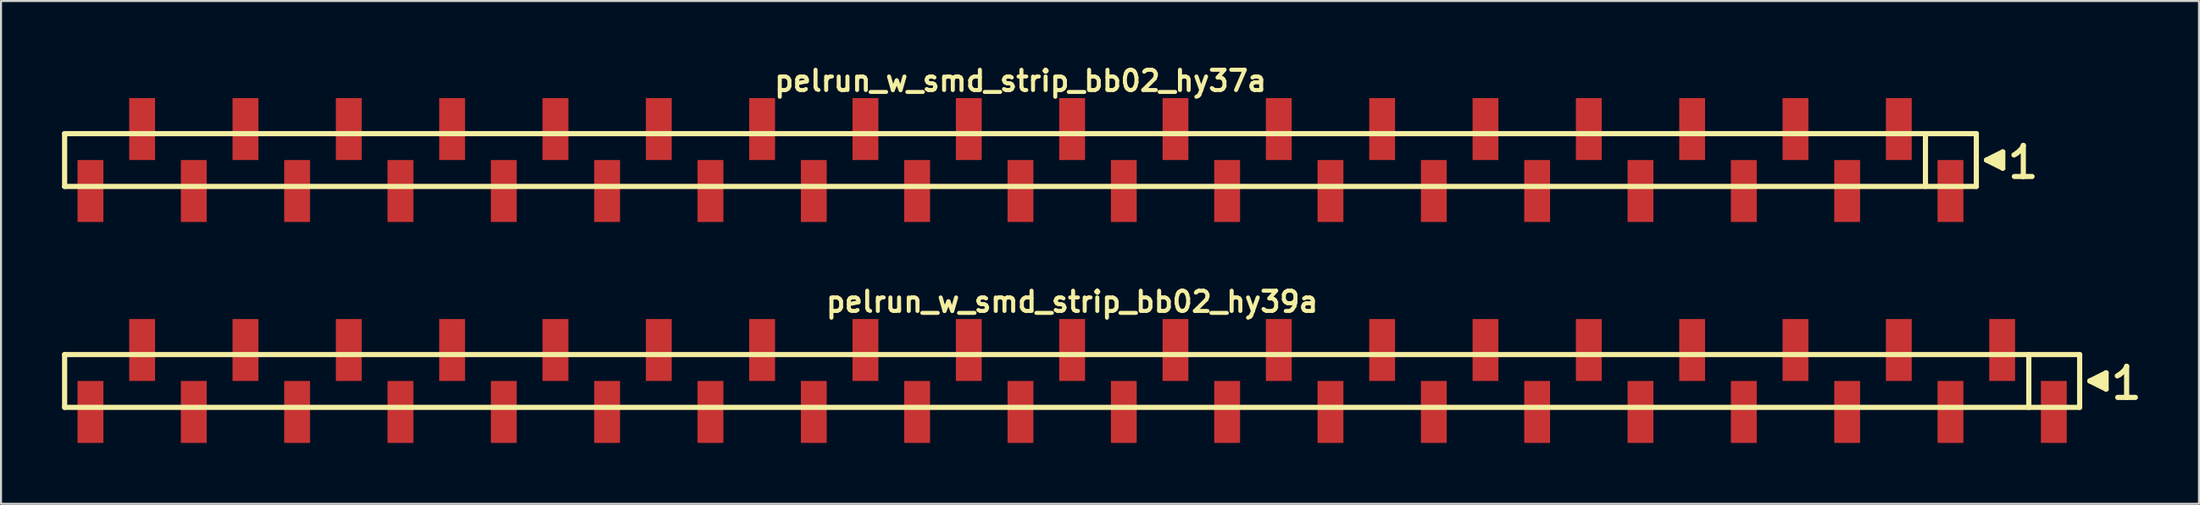
<source format=kicad_pcb>
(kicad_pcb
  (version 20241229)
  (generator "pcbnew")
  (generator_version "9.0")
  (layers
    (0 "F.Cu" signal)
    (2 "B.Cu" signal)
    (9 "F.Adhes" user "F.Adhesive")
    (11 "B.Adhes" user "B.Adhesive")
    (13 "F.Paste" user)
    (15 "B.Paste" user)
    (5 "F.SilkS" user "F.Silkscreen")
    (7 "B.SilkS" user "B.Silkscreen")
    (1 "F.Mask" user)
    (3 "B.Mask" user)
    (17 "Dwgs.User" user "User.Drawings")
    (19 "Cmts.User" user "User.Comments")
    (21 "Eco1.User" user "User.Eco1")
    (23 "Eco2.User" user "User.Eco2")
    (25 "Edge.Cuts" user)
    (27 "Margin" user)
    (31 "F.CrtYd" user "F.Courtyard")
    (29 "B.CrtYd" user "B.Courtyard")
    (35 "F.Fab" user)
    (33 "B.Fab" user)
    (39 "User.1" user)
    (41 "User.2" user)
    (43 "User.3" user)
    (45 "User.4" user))
  (footprint "pelrun_w_smd_strip_bb02_hy39a"
    (layer "F.Cu")
    (at 49.657 15.713)
    (property "Reference" "pelrun_w_smd_strip_bb02_hy39a" (at 0 -3.9 0) (layer "F.SilkS") (effects (font (size 0.998 0.998) (thickness 0.198))))
    (attr through_hole)
    (fp_line (start -49.53 -1.3) (end 49.53 -1.3) (stroke (width 0.254) (type solid)) (layer "F.SilkS"))
    (fp_line (start -49.53 1.3) (end -49.53 -1.3) (stroke (width 0.254) (type solid)) (layer "F.SilkS"))
    (fp_line (start 47.03 1.3) (end 47.03 -1.3) (stroke (width 0.254) (type solid)) (layer "F.SilkS"))
    (fp_line (start 49.53 -1.3) (end 49.53 1.3) (stroke (width 0.254) (type solid)) (layer "F.SilkS"))
    (fp_line (start 49.53 1.3) (end -49.53 1.3) (stroke (width 0.254) (type solid)) (layer "F.SilkS"))
    (fp_line (start 50.03 0) (end 50.83 0.4) (stroke (width 0.254) (type solid)) (layer "F.SilkS"))
    (fp_line (start 50.33 0.1) (end 50.33 -0.1) (stroke (width 0.254) (type solid)) (layer "F.SilkS"))
    (fp_line (start 50.43 -0.1) (end 50.43 0.1) (stroke (width 0.254) (type solid)) (layer "F.SilkS"))
    (fp_line (start 50.53 0.2) (end 50.53 -0.2) (stroke (width 0.254) (type solid)) (layer "F.SilkS"))
    (fp_line (start 50.63 -0.2) (end 50.63 0.2) (stroke (width 0.254) (type solid)) (layer "F.SilkS"))
    (fp_line (start 50.73 0.3) (end 50.73 -0.3) (stroke (width 0.254) (type solid)) (layer "F.SilkS"))
    (fp_line (start 50.83 -0.4) (end 50.03 0) (stroke (width 0.254) (type solid)) (layer "F.SilkS"))
    (fp_line (start 50.83 0.4) (end 50.83 -0.4) (stroke (width 0.254) (type solid)) (layer "F.SilkS"))
    (fp_line (start 51.38 -0.25) (end 51.51 -0.33) (stroke (width 0.254) (type solid)) (layer "F.SilkS"))
    (fp_line (start 51.51 -0.33) (end 51.67 -0.46) (stroke (width 0.254) (type solid)) (layer "F.SilkS"))
    (fp_line (start 51.67 -0.46) (end 51.81 -0.63) (stroke (width 0.254) (type solid)) (layer "F.SilkS"))
    (fp_line (start 51.81 -0.63) (end 51.84 -0.72) (stroke (width 0.254) (type solid)) (layer "F.SilkS"))
    (fp_line (start 51.84 -0.72) (end 51.84 0.81) (stroke (width 0.254) (type solid)) (layer "F.SilkS"))
    (fp_line (start 51.84 0.81) (end 51.4 0.81) (stroke (width 0.254) (type solid)) (layer "F.SilkS"))
    (fp_line (start 52.27 0.81) (end 51.83 0.81) (stroke (width 0.254) (type solid)) (layer "F.SilkS"))
    (pad "1" smd rect (at 48.26 1.525) (size 1.27 3.05) (layers "F.Cu" "F.Mask" "F.Paste"))
    (pad "2" smd rect (at 45.72 -1.525) (size 1.27 3.05) (layers "F.Cu" "F.Mask" "F.Paste"))
    (pad "3" smd rect (at 43.18 1.525) (size 1.27 3.05) (layers "F.Cu" "F.Mask" "F.Paste"))
    (pad "4" smd rect (at 40.64 -1.525) (size 1.27 3.05) (layers "F.Cu" "F.Mask" "F.Paste"))
    (pad "5" smd rect (at 38.1 1.525) (size 1.27 3.05) (layers "F.Cu" "F.Mask" "F.Paste"))
    (pad "6" smd rect (at 35.56 -1.525) (size 1.27 3.05) (layers "F.Cu" "F.Mask" "F.Paste"))
    (pad "7" smd rect (at 33.02 1.525) (size 1.27 3.05) (layers "F.Cu" "F.Mask" "F.Paste"))
    (pad "8" smd rect (at 30.48 -1.525) (size 1.27 3.05) (layers "F.Cu" "F.Mask" "F.Paste"))
    (pad "9" smd rect (at 27.94 1.525) (size 1.27 3.05) (layers "F.Cu" "F.Mask" "F.Paste"))
    (pad "10" smd rect (at 25.4 -1.525) (size 1.27 3.05) (layers "F.Cu" "F.Mask" "F.Paste"))
    (pad "11" smd rect (at 22.86 1.525) (size 1.27 3.05) (layers "F.Cu" "F.Mask" "F.Paste"))
    (pad "12" smd rect (at 20.32 -1.525) (size 1.27 3.05) (layers "F.Cu" "F.Mask" "F.Paste"))
    (pad "13" smd rect (at 17.78 1.525) (size 1.27 3.05) (layers "F.Cu" "F.Mask" "F.Paste"))
    (pad "14" smd rect (at 15.24 -1.525) (size 1.27 3.05) (layers "F.Cu" "F.Mask" "F.Paste"))
    (pad "15" smd rect (at 12.7 1.525) (size 1.27 3.05) (layers "F.Cu" "F.Mask" "F.Paste"))
    (pad "16" smd rect (at 10.16 -1.525) (size 1.27 3.05) (layers "F.Cu" "F.Mask" "F.Paste"))
    (pad "17" smd rect (at 7.62 1.525) (size 1.27 3.05) (layers "F.Cu" "F.Mask" "F.Paste"))
    (pad "18" smd rect (at 5.08 -1.525) (size 1.27 3.05) (layers "F.Cu" "F.Mask" "F.Paste"))
    (pad "19" smd rect (at 2.54 1.525) (size 1.27 3.05) (layers "F.Cu" "F.Mask" "F.Paste"))
    (pad "20" smd rect (at 0 -1.525) (size 1.27 3.05) (layers "F.Cu" "F.Mask" "F.Paste"))
    (pad "21" smd rect (at -2.54 1.525) (size 1.27 3.05) (layers "F.Cu" "F.Mask" "F.Paste"))
    (pad "22" smd rect (at -5.08 -1.525) (size 1.27 3.05) (layers "F.Cu" "F.Mask" "F.Paste"))
    (pad "23" smd rect (at -7.62 1.525) (size 1.27 3.05) (layers "F.Cu" "F.Mask" "F.Paste"))
    (pad "24" smd rect (at -10.16 -1.525) (size 1.27 3.05) (layers "F.Cu" "F.Mask" "F.Paste"))
    (pad "25" smd rect (at -12.7 1.525) (size 1.27 3.05) (layers "F.Cu" "F.Mask" "F.Paste"))
    (pad "26" smd rect (at -15.24 -1.525) (size 1.27 3.05) (layers "F.Cu" "F.Mask" "F.Paste"))
    (pad "27" smd rect (at -17.78 1.525) (size 1.27 3.05) (layers "F.Cu" "F.Mask" "F.Paste"))
    (pad "28" smd rect (at -20.32 -1.525) (size 1.27 3.05) (layers "F.Cu" "F.Mask" "F.Paste"))
    (pad "29" smd rect (at -22.86 1.525) (size 1.27 3.05) (layers "F.Cu" "F.Mask" "F.Paste"))
    (pad "30" smd rect (at -25.4 -1.525) (size 1.27 3.05) (layers "F.Cu" "F.Mask" "F.Paste"))
    (pad "31" smd rect (at -27.94 1.525) (size 1.27 3.05) (layers "F.Cu" "F.Mask" "F.Paste"))
    (pad "32" smd rect (at -30.48 -1.525) (size 1.27 3.05) (layers "F.Cu" "F.Mask" "F.Paste"))
    (pad "33" smd rect (at -33.02 1.525) (size 1.27 3.05) (layers "F.Cu" "F.Mask" "F.Paste"))
    (pad "34" smd rect (at -35.56 -1.525) (size 1.27 3.05) (layers "F.Cu" "F.Mask" "F.Paste"))
    (pad "35" smd rect (at -38.1 1.525) (size 1.27 3.05) (layers "F.Cu" "F.Mask" "F.Paste"))
    (pad "36" smd rect (at -40.64 -1.525) (size 1.27 3.05) (layers "F.Cu" "F.Mask" "F.Paste"))
    (pad "37" smd rect (at -43.18 1.525) (size 1.27 3.05) (layers "F.Cu" "F.Mask" "F.Paste"))
    (pad "38" smd rect (at -45.72 -1.525) (size 1.27 3.05) (layers "F.Cu" "F.Mask" "F.Paste"))
    (pad "39" smd rect (at -48.26 1.525) (size 1.27 3.05) (layers "F.Cu" "F.Mask" "F.Paste")))
  (footprint "pelrun_w_smd_strip_bb02_hy37a"
    (layer "F.Cu")
    (at 47.117 4.832)
    (property "Reference" "pelrun_w_smd_strip_bb02_hy37a" (at 0 -3.9 0) (layer "F.SilkS") (effects (font (size 0.998 0.998) (thickness 0.198))))
    (attr through_hole)
    (fp_line (start -46.99 -1.3) (end 46.99 -1.3) (stroke (width 0.254) (type solid)) (layer "F.SilkS"))
    (fp_line (start -46.99 1.3) (end -46.99 -1.3) (stroke (width 0.254) (type solid)) (layer "F.SilkS"))
    (fp_line (start 44.49 1.3) (end 44.49 -1.3) (stroke (width 0.254) (type solid)) (layer "F.SilkS"))
    (fp_line (start 46.99 -1.3) (end 46.99 1.3) (stroke (width 0.254) (type solid)) (layer "F.SilkS"))
    (fp_line (start 46.99 1.3) (end -46.99 1.3) (stroke (width 0.254) (type solid)) (layer "F.SilkS"))
    (fp_line (start 47.49 0) (end 48.29 0.4) (stroke (width 0.254) (type solid)) (layer "F.SilkS"))
    (fp_line (start 47.79 0.1) (end 47.79 -0.1) (stroke (width 0.254) (type solid)) (layer "F.SilkS"))
    (fp_line (start 47.89 -0.1) (end 47.89 0.1) (stroke (width 0.254) (type solid)) (layer "F.SilkS"))
    (fp_line (start 47.99 0.2) (end 47.99 -0.2) (stroke (width 0.254) (type solid)) (layer "F.SilkS"))
    (fp_line (start 48.09 -0.2) (end 48.09 0.2) (stroke (width 0.254) (type solid)) (layer "F.SilkS"))
    (fp_line (start 48.19 0.3) (end 48.19 -0.3) (stroke (width 0.254) (type solid)) (layer "F.SilkS"))
    (fp_line (start 48.29 -0.4) (end 47.49 0) (stroke (width 0.254) (type solid)) (layer "F.SilkS"))
    (fp_line (start 48.29 0.4) (end 48.29 -0.4) (stroke (width 0.254) (type solid)) (layer "F.SilkS"))
    (fp_line (start 48.84 -0.25) (end 48.97 -0.33) (stroke (width 0.254) (type solid)) (layer "F.SilkS"))
    (fp_line (start 48.97 -0.33) (end 49.13 -0.46) (stroke (width 0.254) (type solid)) (layer "F.SilkS"))
    (fp_line (start 49.13 -0.46) (end 49.27 -0.63) (stroke (width 0.254) (type solid)) (layer "F.SilkS"))
    (fp_line (start 49.27 -0.63) (end 49.3 -0.72) (stroke (width 0.254) (type solid)) (layer "F.SilkS"))
    (fp_line (start 49.3 -0.72) (end 49.3 0.81) (stroke (width 0.254) (type solid)) (layer "F.SilkS"))
    (fp_line (start 49.3 0.81) (end 48.86 0.81) (stroke (width 0.254) (type solid)) (layer "F.SilkS"))
    (fp_line (start 49.73 0.81) (end 49.29 0.81) (stroke (width 0.254) (type solid)) (layer "F.SilkS"))
    (pad "1" smd rect (at 45.72 1.525) (size 1.27 3.05) (layers "F.Cu" "F.Mask" "F.Paste"))
    (pad "2" smd rect (at 43.18 -1.525) (size 1.27 3.05) (layers "F.Cu" "F.Mask" "F.Paste"))
    (pad "3" smd rect (at 40.64 1.525) (size 1.27 3.05) (layers "F.Cu" "F.Mask" "F.Paste"))
    (pad "4" smd rect (at 38.1 -1.525) (size 1.27 3.05) (layers "F.Cu" "F.Mask" "F.Paste"))
    (pad "5" smd rect (at 35.56 1.525) (size 1.27 3.05) (layers "F.Cu" "F.Mask" "F.Paste"))
    (pad "6" smd rect (at 33.02 -1.525) (size 1.27 3.05) (layers "F.Cu" "F.Mask" "F.Paste"))
    (pad "7" smd rect (at 30.48 1.525) (size 1.27 3.05) (layers "F.Cu" "F.Mask" "F.Paste"))
    (pad "8" smd rect (at 27.94 -1.525) (size 1.27 3.05) (layers "F.Cu" "F.Mask" "F.Paste"))
    (pad "9" smd rect (at 25.4 1.525) (size 1.27 3.05) (layers "F.Cu" "F.Mask" "F.Paste"))
    (pad "10" smd rect (at 22.86 -1.525) (size 1.27 3.05) (layers "F.Cu" "F.Mask" "F.Paste"))
    (pad "11" smd rect (at 20.32 1.525) (size 1.27 3.05) (layers "F.Cu" "F.Mask" "F.Paste"))
    (pad "12" smd rect (at 17.78 -1.525) (size 1.27 3.05) (layers "F.Cu" "F.Mask" "F.Paste"))
    (pad "13" smd rect (at 15.24 1.525) (size 1.27 3.05) (layers "F.Cu" "F.Mask" "F.Paste"))
    (pad "14" smd rect (at 12.7 -1.525) (size 1.27 3.05) (layers "F.Cu" "F.Mask" "F.Paste"))
    (pad "15" smd rect (at 10.16 1.525) (size 1.27 3.05) (layers "F.Cu" "F.Mask" "F.Paste"))
    (pad "16" smd rect (at 7.62 -1.525) (size 1.27 3.05) (layers "F.Cu" "F.Mask" "F.Paste"))
    (pad "17" smd rect (at 5.08 1.525) (size 1.27 3.05) (layers "F.Cu" "F.Mask" "F.Paste"))
    (pad "18" smd rect (at 2.54 -1.525) (size 1.27 3.05) (layers "F.Cu" "F.Mask" "F.Paste"))
    (pad "19" smd rect (at 0 1.525) (size 1.27 3.05) (layers "F.Cu" "F.Mask" "F.Paste"))
    (pad "20" smd rect (at -2.54 -1.525) (size 1.27 3.05) (layers "F.Cu" "F.Mask" "F.Paste"))
    (pad "21" smd rect (at -5.08 1.525) (size 1.27 3.05) (layers "F.Cu" "F.Mask" "F.Paste"))
    (pad "22" smd rect (at -7.62 -1.525) (size 1.27 3.05) (layers "F.Cu" "F.Mask" "F.Paste"))
    (pad "23" smd rect (at -10.16 1.525) (size 1.27 3.05) (layers "F.Cu" "F.Mask" "F.Paste"))
    (pad "24" smd rect (at -12.7 -1.525) (size 1.27 3.05) (layers "F.Cu" "F.Mask" "F.Paste"))
    (pad "25" smd rect (at -15.24 1.525) (size 1.27 3.05) (layers "F.Cu" "F.Mask" "F.Paste"))
    (pad "26" smd rect (at -17.78 -1.525) (size 1.27 3.05) (layers "F.Cu" "F.Mask" "F.Paste"))
    (pad "27" smd rect (at -20.32 1.525) (size 1.27 3.05) (layers "F.Cu" "F.Mask" "F.Paste"))
    (pad "28" smd rect (at -22.86 -1.525) (size 1.27 3.05) (layers "F.Cu" "F.Mask" "F.Paste"))
    (pad "29" smd rect (at -25.4 1.525) (size 1.27 3.05) (layers "F.Cu" "F.Mask" "F.Paste"))
    (pad "30" smd rect (at -27.94 -1.525) (size 1.27 3.05) (layers "F.Cu" "F.Mask" "F.Paste"))
    (pad "31" smd rect (at -30.48 1.525) (size 1.27 3.05) (layers "F.Cu" "F.Mask" "F.Paste"))
    (pad "32" smd rect (at -33.02 -1.525) (size 1.27 3.05) (layers "F.Cu" "F.Mask" "F.Paste"))
    (pad "33" smd rect (at -35.56 1.525) (size 1.27 3.05) (layers "F.Cu" "F.Mask" "F.Paste"))
    (pad "34" smd rect (at -38.1 -1.525) (size 1.27 3.05) (layers "F.Cu" "F.Mask" "F.Paste"))
    (pad "35" smd rect (at -40.64 1.525) (size 1.27 3.05) (layers "F.Cu" "F.Mask" "F.Paste"))
    (pad "36" smd rect (at -43.18 -1.525) (size 1.27 3.05) (layers "F.Cu" "F.Mask" "F.Paste"))
    (pad "37" smd rect (at -45.72 1.525) (size 1.27 3.05) (layers "F.Cu" "F.Mask" "F.Paste")))
  (gr_rect
    (start -3 -3)
    (end 105.054 21.763)
    (stroke (width 0.1) (type default))
    (fill no)
    (layer "Edge.Cuts")))
</source>
